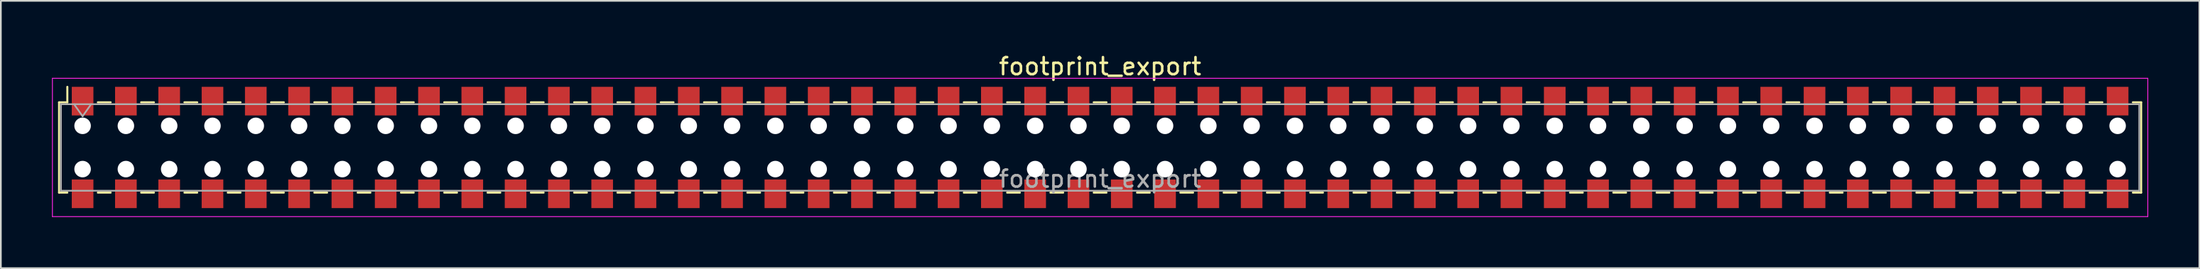
<source format=kicad_pcb>
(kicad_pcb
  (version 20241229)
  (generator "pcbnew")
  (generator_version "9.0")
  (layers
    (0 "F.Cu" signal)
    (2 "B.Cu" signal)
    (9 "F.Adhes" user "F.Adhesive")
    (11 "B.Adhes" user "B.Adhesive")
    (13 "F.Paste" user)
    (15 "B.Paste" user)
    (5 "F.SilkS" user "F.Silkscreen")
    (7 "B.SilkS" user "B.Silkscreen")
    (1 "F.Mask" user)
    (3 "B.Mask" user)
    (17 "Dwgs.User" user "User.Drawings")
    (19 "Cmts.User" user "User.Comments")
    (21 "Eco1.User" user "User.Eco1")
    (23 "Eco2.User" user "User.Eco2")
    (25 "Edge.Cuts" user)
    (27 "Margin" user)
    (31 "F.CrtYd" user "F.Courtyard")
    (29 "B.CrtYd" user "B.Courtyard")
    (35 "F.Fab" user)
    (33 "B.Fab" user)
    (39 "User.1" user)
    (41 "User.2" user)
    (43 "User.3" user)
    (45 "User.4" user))
  (footprint "footprint_export"
    (layer "F.Cu")
    (at 61.485 5.608)
    (property "Reference" "footprint_export" (at 0 -4.76 0) (layer "F.SilkS") (effects (font (size 1 1) (thickness 0.15))))
    (attr smd)
    (fp_line (start -61.07 -2.65) (end -61.07 2.65) (stroke (width 0.12) (type solid)) (layer "F.SilkS"))
    (fp_line (start -61.07 2.65) (end -60.585 2.65) (stroke (width 0.12) (type solid)) (layer "F.SilkS"))
    (fp_line (start -60.585 -3.56) (end -60.585 -2.65) (stroke (width 0.12) (type solid)) (layer "F.SilkS"))
    (fp_line (start -60.585 -2.65) (end -61.07 -2.65) (stroke (width 0.12) (type solid)) (layer "F.SilkS"))
    (fp_line (start -58.795 -2.65) (end -58.045 -2.65) (stroke (width 0.12) (type solid)) (layer "F.SilkS"))
    (fp_line (start -58.795 2.65) (end -58.045 2.65) (stroke (width 0.12) (type solid)) (layer "F.SilkS"))
    (fp_line (start -56.255 -2.65) (end -55.505 -2.65) (stroke (width 0.12) (type solid)) (layer "F.SilkS"))
    (fp_line (start -56.255 2.65) (end -55.505 2.65) (stroke (width 0.12) (type solid)) (layer "F.SilkS"))
    (fp_line (start -53.715 -2.65) (end -52.965 -2.65) (stroke (width 0.12) (type solid)) (layer "F.SilkS"))
    (fp_line (start -53.715 2.65) (end -52.965 2.65) (stroke (width 0.12) (type solid)) (layer "F.SilkS"))
    (fp_line (start -51.175 -2.65) (end -50.425 -2.65) (stroke (width 0.12) (type solid)) (layer "F.SilkS"))
    (fp_line (start -51.175 2.65) (end -50.425 2.65) (stroke (width 0.12) (type solid)) (layer "F.SilkS"))
    (fp_line (start -48.635 -2.65) (end -47.885 -2.65) (stroke (width 0.12) (type solid)) (layer "F.SilkS"))
    (fp_line (start -48.635 2.65) (end -47.885 2.65) (stroke (width 0.12) (type solid)) (layer "F.SilkS"))
    (fp_line (start -46.095 -2.65) (end -45.345 -2.65) (stroke (width 0.12) (type solid)) (layer "F.SilkS"))
    (fp_line (start -46.095 2.65) (end -45.345 2.65) (stroke (width 0.12) (type solid)) (layer "F.SilkS"))
    (fp_line (start -43.555 -2.65) (end -42.805 -2.65) (stroke (width 0.12) (type solid)) (layer "F.SilkS"))
    (fp_line (start -43.555 2.65) (end -42.805 2.65) (stroke (width 0.12) (type solid)) (layer "F.SilkS"))
    (fp_line (start -41.015 -2.65) (end -40.265 -2.65) (stroke (width 0.12) (type solid)) (layer "F.SilkS"))
    (fp_line (start -41.015 2.65) (end -40.265 2.65) (stroke (width 0.12) (type solid)) (layer "F.SilkS"))
    (fp_line (start -38.475 -2.65) (end -37.725 -2.65) (stroke (width 0.12) (type solid)) (layer "F.SilkS"))
    (fp_line (start -38.475 2.65) (end -37.725 2.65) (stroke (width 0.12) (type solid)) (layer "F.SilkS"))
    (fp_line (start -35.935 -2.65) (end -35.185 -2.65) (stroke (width 0.12) (type solid)) (layer "F.SilkS"))
    (fp_line (start -35.935 2.65) (end -35.185 2.65) (stroke (width 0.12) (type solid)) (layer "F.SilkS"))
    (fp_line (start -33.395 -2.65) (end -32.645 -2.65) (stroke (width 0.12) (type solid)) (layer "F.SilkS"))
    (fp_line (start -33.395 2.65) (end -32.645 2.65) (stroke (width 0.12) (type solid)) (layer "F.SilkS"))
    (fp_line (start -30.855 -2.65) (end -30.105 -2.65) (stroke (width 0.12) (type solid)) (layer "F.SilkS"))
    (fp_line (start -30.855 2.65) (end -30.105 2.65) (stroke (width 0.12) (type solid)) (layer "F.SilkS"))
    (fp_line (start -28.315 -2.65) (end -27.565 -2.65) (stroke (width 0.12) (type solid)) (layer "F.SilkS"))
    (fp_line (start -28.315 2.65) (end -27.565 2.65) (stroke (width 0.12) (type solid)) (layer "F.SilkS"))
    (fp_line (start -25.775 -2.65) (end -25.025 -2.65) (stroke (width 0.12) (type solid)) (layer "F.SilkS"))
    (fp_line (start -25.775 2.65) (end -25.025 2.65) (stroke (width 0.12) (type solid)) (layer "F.SilkS"))
    (fp_line (start -23.235 -2.65) (end -22.485 -2.65) (stroke (width 0.12) (type solid)) (layer "F.SilkS"))
    (fp_line (start -23.235 2.65) (end -22.485 2.65) (stroke (width 0.12) (type solid)) (layer "F.SilkS"))
    (fp_line (start -20.695 -2.65) (end -19.945 -2.65) (stroke (width 0.12) (type solid)) (layer "F.SilkS"))
    (fp_line (start -20.695 2.65) (end -19.945 2.65) (stroke (width 0.12) (type solid)) (layer "F.SilkS"))
    (fp_line (start -18.155 -2.65) (end -17.405 -2.65) (stroke (width 0.12) (type solid)) (layer "F.SilkS"))
    (fp_line (start -18.155 2.65) (end -17.405 2.65) (stroke (width 0.12) (type solid)) (layer "F.SilkS"))
    (fp_line (start -15.615 -2.65) (end -14.865 -2.65) (stroke (width 0.12) (type solid)) (layer "F.SilkS"))
    (fp_line (start -15.615 2.65) (end -14.865 2.65) (stroke (width 0.12) (type solid)) (layer "F.SilkS"))
    (fp_line (start -13.075 -2.65) (end -12.325 -2.65) (stroke (width 0.12) (type solid)) (layer "F.SilkS"))
    (fp_line (start -13.075 2.65) (end -12.325 2.65) (stroke (width 0.12) (type solid)) (layer "F.SilkS"))
    (fp_line (start -10.535 -2.65) (end -9.785 -2.65) (stroke (width 0.12) (type solid)) (layer "F.SilkS"))
    (fp_line (start -10.535 2.65) (end -9.785 2.65) (stroke (width 0.12) (type solid)) (layer "F.SilkS"))
    (fp_line (start -7.995 -2.65) (end -7.245 -2.65) (stroke (width 0.12) (type solid)) (layer "F.SilkS"))
    (fp_line (start -7.995 2.65) (end -7.245 2.65) (stroke (width 0.12) (type solid)) (layer "F.SilkS"))
    (fp_line (start -5.455 -2.65) (end -4.705 -2.65) (stroke (width 0.12) (type solid)) (layer "F.SilkS"))
    (fp_line (start -5.455 2.65) (end -4.705 2.65) (stroke (width 0.12) (type solid)) (layer "F.SilkS"))
    (fp_line (start -2.915 -2.65) (end -2.165 -2.65) (stroke (width 0.12) (type solid)) (layer "F.SilkS"))
    (fp_line (start -2.915 2.65) (end -2.165 2.65) (stroke (width 0.12) (type solid)) (layer "F.SilkS"))
    (fp_line (start -0.375 -2.65) (end 0.375 -2.65) (stroke (width 0.12) (type solid)) (layer "F.SilkS"))
    (fp_line (start -0.375 2.65) (end 0.375 2.65) (stroke (width 0.12) (type solid)) (layer "F.SilkS"))
    (fp_line (start 2.165 -2.65) (end 2.915 -2.65) (stroke (width 0.12) (type solid)) (layer "F.SilkS"))
    (fp_line (start 2.165 2.65) (end 2.915 2.65) (stroke (width 0.12) (type solid)) (layer "F.SilkS"))
    (fp_line (start 4.705 -2.65) (end 5.455 -2.65) (stroke (width 0.12) (type solid)) (layer "F.SilkS"))
    (fp_line (start 4.705 2.65) (end 5.455 2.65) (stroke (width 0.12) (type solid)) (layer "F.SilkS"))
    (fp_line (start 7.245 -2.65) (end 7.995 -2.65) (stroke (width 0.12) (type solid)) (layer "F.SilkS"))
    (fp_line (start 7.245 2.65) (end 7.995 2.65) (stroke (width 0.12) (type solid)) (layer "F.SilkS"))
    (fp_line (start 9.785 -2.65) (end 10.535 -2.65) (stroke (width 0.12) (type solid)) (layer "F.SilkS"))
    (fp_line (start 9.785 2.65) (end 10.535 2.65) (stroke (width 0.12) (type solid)) (layer "F.SilkS"))
    (fp_line (start 12.325 -2.65) (end 13.075 -2.65) (stroke (width 0.12) (type solid)) (layer "F.SilkS"))
    (fp_line (start 12.325 2.65) (end 13.075 2.65) (stroke (width 0.12) (type solid)) (layer "F.SilkS"))
    (fp_line (start 14.865 -2.65) (end 15.615 -2.65) (stroke (width 0.12) (type solid)) (layer "F.SilkS"))
    (fp_line (start 14.865 2.65) (end 15.615 2.65) (stroke (width 0.12) (type solid)) (layer "F.SilkS"))
    (fp_line (start 17.405 -2.65) (end 18.155 -2.65) (stroke (width 0.12) (type solid)) (layer "F.SilkS"))
    (fp_line (start 17.405 2.65) (end 18.155 2.65) (stroke (width 0.12) (type solid)) (layer "F.SilkS"))
    (fp_line (start 19.945 -2.65) (end 20.695 -2.65) (stroke (width 0.12) (type solid)) (layer "F.SilkS"))
    (fp_line (start 19.945 2.65) (end 20.695 2.65) (stroke (width 0.12) (type solid)) (layer "F.SilkS"))
    (fp_line (start 22.485 -2.65) (end 23.235 -2.65) (stroke (width 0.12) (type solid)) (layer "F.SilkS"))
    (fp_line (start 22.485 2.65) (end 23.235 2.65) (stroke (width 0.12) (type solid)) (layer "F.SilkS"))
    (fp_line (start 25.025 -2.65) (end 25.775 -2.65) (stroke (width 0.12) (type solid)) (layer "F.SilkS"))
    (fp_line (start 25.025 2.65) (end 25.775 2.65) (stroke (width 0.12) (type solid)) (layer "F.SilkS"))
    (fp_line (start 27.565 -2.65) (end 28.315 -2.65) (stroke (width 0.12) (type solid)) (layer "F.SilkS"))
    (fp_line (start 27.565 2.65) (end 28.315 2.65) (stroke (width 0.12) (type solid)) (layer "F.SilkS"))
    (fp_line (start 30.105 -2.65) (end 30.855 -2.65) (stroke (width 0.12) (type solid)) (layer "F.SilkS"))
    (fp_line (start 30.105 2.65) (end 30.855 2.65) (stroke (width 0.12) (type solid)) (layer "F.SilkS"))
    (fp_line (start 32.645 -2.65) (end 33.395 -2.65) (stroke (width 0.12) (type solid)) (layer "F.SilkS"))
    (fp_line (start 32.645 2.65) (end 33.395 2.65) (stroke (width 0.12) (type solid)) (layer "F.SilkS"))
    (fp_line (start 35.185 -2.65) (end 35.935 -2.65) (stroke (width 0.12) (type solid)) (layer "F.SilkS"))
    (fp_line (start 35.185 2.65) (end 35.935 2.65) (stroke (width 0.12) (type solid)) (layer "F.SilkS"))
    (fp_line (start 37.725 -2.65) (end 38.475 -2.65) (stroke (width 0.12) (type solid)) (layer "F.SilkS"))
    (fp_line (start 37.725 2.65) (end 38.475 2.65) (stroke (width 0.12) (type solid)) (layer "F.SilkS"))
    (fp_line (start 40.265 -2.65) (end 41.015 -2.65) (stroke (width 0.12) (type solid)) (layer "F.SilkS"))
    (fp_line (start 40.265 2.65) (end 41.015 2.65) (stroke (width 0.12) (type solid)) (layer "F.SilkS"))
    (fp_line (start 42.805 -2.65) (end 43.555 -2.65) (stroke (width 0.12) (type solid)) (layer "F.SilkS"))
    (fp_line (start 42.805 2.65) (end 43.555 2.65) (stroke (width 0.12) (type solid)) (layer "F.SilkS"))
    (fp_line (start 45.345 -2.65) (end 46.095 -2.65) (stroke (width 0.12) (type solid)) (layer "F.SilkS"))
    (fp_line (start 45.345 2.65) (end 46.095 2.65) (stroke (width 0.12) (type solid)) (layer "F.SilkS"))
    (fp_line (start 47.885 -2.65) (end 48.635 -2.65) (stroke (width 0.12) (type solid)) (layer "F.SilkS"))
    (fp_line (start 47.885 2.65) (end 48.635 2.65) (stroke (width 0.12) (type solid)) (layer "F.SilkS"))
    (fp_line (start 50.425 -2.65) (end 51.175 -2.65) (stroke (width 0.12) (type solid)) (layer "F.SilkS"))
    (fp_line (start 50.425 2.65) (end 51.175 2.65) (stroke (width 0.12) (type solid)) (layer "F.SilkS"))
    (fp_line (start 52.965 -2.65) (end 53.715 -2.65) (stroke (width 0.12) (type solid)) (layer "F.SilkS"))
    (fp_line (start 52.965 2.65) (end 53.715 2.65) (stroke (width 0.12) (type solid)) (layer "F.SilkS"))
    (fp_line (start 55.505 -2.65) (end 56.255 -2.65) (stroke (width 0.12) (type solid)) (layer "F.SilkS"))
    (fp_line (start 55.505 2.65) (end 56.255 2.65) (stroke (width 0.12) (type solid)) (layer "F.SilkS"))
    (fp_line (start 58.045 -2.65) (end 58.795 -2.65) (stroke (width 0.12) (type solid)) (layer "F.SilkS"))
    (fp_line (start 58.045 2.65) (end 58.795 2.65) (stroke (width 0.12) (type solid)) (layer "F.SilkS"))
    (fp_line (start 60.585 -2.65) (end 61.07 -2.65) (stroke (width 0.12) (type solid)) (layer "F.SilkS"))
    (fp_line (start 61.07 -2.65) (end 61.07 2.65) (stroke (width 0.12) (type solid)) (layer "F.SilkS"))
    (fp_line (start 61.07 2.65) (end 60.585 2.65) (stroke (width 0.12) (type solid)) (layer "F.SilkS"))
    (fp_line (start -61.46 -4.06) (end 61.46 -4.06) (stroke (width 0.05) (type solid)) (layer "F.CrtYd"))
    (fp_line (start -61.46 4.06) (end -61.46 -4.06) (stroke (width 0.05) (type solid)) (layer "F.CrtYd"))
    (fp_line (start 61.46 -4.06) (end 61.46 4.06) (stroke (width 0.05) (type solid)) (layer "F.CrtYd"))
    (fp_line (start 61.46 4.06) (end -61.46 4.06) (stroke (width 0.05) (type solid)) (layer "F.CrtYd"))
    (fp_line (start -60.96 -2.54) (end 60.96 -2.54) (stroke (width 0.1) (type solid)) (layer "F.Fab"))
    (fp_line (start -60.96 2.54) (end -60.96 -2.54) (stroke (width 0.1) (type solid)) (layer "F.Fab"))
    (fp_line (start -60.19 -2.54) (end -59.69 -1.833) (stroke (width 0.1) (type solid)) (layer "F.Fab"))
    (fp_line (start -59.69 -1.833) (end -59.19 -2.54) (stroke (width 0.1) (type solid)) (layer "F.Fab"))
    (fp_line (start 60.96 -2.54) (end 60.96 2.54) (stroke (width 0.1) (type solid)) (layer "F.Fab"))
    (fp_line (start 60.96 2.54) (end -60.96 2.54) (stroke (width 0.1) (type solid)) (layer "F.Fab"))
    (fp_text user "${REFERENCE}" (at 0 1.84 0) (layer "F.Fab") (effects (font (size 1 1) (thickness 0.15))))
    (pad "" np_thru_hole circle (at -59.69 -1.27) (size 0.97 0.97) (drill 0.97) (layers "*.Cu" "*.Mask"))
    (pad "" np_thru_hole circle (at -59.69 1.27) (size 0.97 0.97) (drill 0.97) (layers "*.Cu" "*.Mask"))
    (pad "" np_thru_hole circle (at -57.15 -1.27) (size 0.97 0.97) (drill 0.97) (layers "*.Cu" "*.Mask"))
    (pad "" np_thru_hole circle (at -57.15 1.27) (size 0.97 0.97) (drill 0.97) (layers "*.Cu" "*.Mask"))
    (pad "" np_thru_hole circle (at -54.61 -1.27) (size 0.97 0.97) (drill 0.97) (layers "*.Cu" "*.Mask"))
    (pad "" np_thru_hole circle (at -54.61 1.27) (size 0.97 0.97) (drill 0.97) (layers "*.Cu" "*.Mask"))
    (pad "" np_thru_hole circle (at -52.07 -1.27) (size 0.97 0.97) (drill 0.97) (layers "*.Cu" "*.Mask"))
    (pad "" np_thru_hole circle (at -52.07 1.27) (size 0.97 0.97) (drill 0.97) (layers "*.Cu" "*.Mask"))
    (pad "" np_thru_hole circle (at -49.53 -1.27) (size 0.97 0.97) (drill 0.97) (layers "*.Cu" "*.Mask"))
    (pad "" np_thru_hole circle (at -49.53 1.27) (size 0.97 0.97) (drill 0.97) (layers "*.Cu" "*.Mask"))
    (pad "" np_thru_hole circle (at -46.99 -1.27) (size 0.97 0.97) (drill 0.97) (layers "*.Cu" "*.Mask"))
    (pad "" np_thru_hole circle (at -46.99 1.27) (size 0.97 0.97) (drill 0.97) (layers "*.Cu" "*.Mask"))
    (pad "" np_thru_hole circle (at -44.45 -1.27) (size 0.97 0.97) (drill 0.97) (layers "*.Cu" "*.Mask"))
    (pad "" np_thru_hole circle (at -44.45 1.27) (size 0.97 0.97) (drill 0.97) (layers "*.Cu" "*.Mask"))
    (pad "" np_thru_hole circle (at -41.91 -1.27) (size 0.97 0.97) (drill 0.97) (layers "*.Cu" "*.Mask"))
    (pad "" np_thru_hole circle (at -41.91 1.27) (size 0.97 0.97) (drill 0.97) (layers "*.Cu" "*.Mask"))
    (pad "" np_thru_hole circle (at -39.37 -1.27) (size 0.97 0.97) (drill 0.97) (layers "*.Cu" "*.Mask"))
    (pad "" np_thru_hole circle (at -39.37 1.27) (size 0.97 0.97) (drill 0.97) (layers "*.Cu" "*.Mask"))
    (pad "" np_thru_hole circle (at -36.83 -1.27) (size 0.97 0.97) (drill 0.97) (layers "*.Cu" "*.Mask"))
    (pad "" np_thru_hole circle (at -36.83 1.27) (size 0.97 0.97) (drill 0.97) (layers "*.Cu" "*.Mask"))
    (pad "" np_thru_hole circle (at -34.29 -1.27) (size 0.97 0.97) (drill 0.97) (layers "*.Cu" "*.Mask"))
    (pad "" np_thru_hole circle (at -34.29 1.27) (size 0.97 0.97) (drill 0.97) (layers "*.Cu" "*.Mask"))
    (pad "" np_thru_hole circle (at -31.75 -1.27) (size 0.97 0.97) (drill 0.97) (layers "*.Cu" "*.Mask"))
    (pad "" np_thru_hole circle (at -31.75 1.27) (size 0.97 0.97) (drill 0.97) (layers "*.Cu" "*.Mask"))
    (pad "" np_thru_hole circle (at -29.21 -1.27) (size 0.97 0.97) (drill 0.97) (layers "*.Cu" "*.Mask"))
    (pad "" np_thru_hole circle (at -29.21 1.27) (size 0.97 0.97) (drill 0.97) (layers "*.Cu" "*.Mask"))
    (pad "" np_thru_hole circle (at -26.67 -1.27) (size 0.97 0.97) (drill 0.97) (layers "*.Cu" "*.Mask"))
    (pad "" np_thru_hole circle (at -26.67 1.27) (size 0.97 0.97) (drill 0.97) (layers "*.Cu" "*.Mask"))
    (pad "" np_thru_hole circle (at -24.13 -1.27) (size 0.97 0.97) (drill 0.97) (layers "*.Cu" "*.Mask"))
    (pad "" np_thru_hole circle (at -24.13 1.27) (size 0.97 0.97) (drill 0.97) (layers "*.Cu" "*.Mask"))
    (pad "" np_thru_hole circle (at -21.59 -1.27) (size 0.97 0.97) (drill 0.97) (layers "*.Cu" "*.Mask"))
    (pad "" np_thru_hole circle (at -21.59 1.27) (size 0.97 0.97) (drill 0.97) (layers "*.Cu" "*.Mask"))
    (pad "" np_thru_hole circle (at -19.05 -1.27) (size 0.97 0.97) (drill 0.97) (layers "*.Cu" "*.Mask"))
    (pad "" np_thru_hole circle (at -19.05 1.27) (size 0.97 0.97) (drill 0.97) (layers "*.Cu" "*.Mask"))
    (pad "" np_thru_hole circle (at -16.51 -1.27) (size 0.97 0.97) (drill 0.97) (layers "*.Cu" "*.Mask"))
    (pad "" np_thru_hole circle (at -16.51 1.27) (size 0.97 0.97) (drill 0.97) (layers "*.Cu" "*.Mask"))
    (pad "" np_thru_hole circle (at -13.97 -1.27) (size 0.97 0.97) (drill 0.97) (layers "*.Cu" "*.Mask"))
    (pad "" np_thru_hole circle (at -13.97 1.27) (size 0.97 0.97) (drill 0.97) (layers "*.Cu" "*.Mask"))
    (pad "" np_thru_hole circle (at -11.43 -1.27) (size 0.97 0.97) (drill 0.97) (layers "*.Cu" "*.Mask"))
    (pad "" np_thru_hole circle (at -11.43 1.27) (size 0.97 0.97) (drill 0.97) (layers "*.Cu" "*.Mask"))
    (pad "" np_thru_hole circle (at -8.89 -1.27) (size 0.97 0.97) (drill 0.97) (layers "*.Cu" "*.Mask"))
    (pad "" np_thru_hole circle (at -8.89 1.27) (size 0.97 0.97) (drill 0.97) (layers "*.Cu" "*.Mask"))
    (pad "" np_thru_hole circle (at -6.35 -1.27) (size 0.97 0.97) (drill 0.97) (layers "*.Cu" "*.Mask"))
    (pad "" np_thru_hole circle (at -6.35 1.27) (size 0.97 0.97) (drill 0.97) (layers "*.Cu" "*.Mask"))
    (pad "" np_thru_hole circle (at -3.81 -1.27) (size 0.97 0.97) (drill 0.97) (layers "*.Cu" "*.Mask"))
    (pad "" np_thru_hole circle (at -3.81 1.27) (size 0.97 0.97) (drill 0.97) (layers "*.Cu" "*.Mask"))
    (pad "" np_thru_hole circle (at -1.27 -1.27) (size 0.97 0.97) (drill 0.97) (layers "*.Cu" "*.Mask"))
    (pad "" np_thru_hole circle (at -1.27 1.27) (size 0.97 0.97) (drill 0.97) (layers "*.Cu" "*.Mask"))
    (pad "" np_thru_hole circle (at 1.27 -1.27) (size 0.97 0.97) (drill 0.97) (layers "*.Cu" "*.Mask"))
    (pad "" np_thru_hole circle (at 1.27 1.27) (size 0.97 0.97) (drill 0.97) (layers "*.Cu" "*.Mask"))
    (pad "" np_thru_hole circle (at 3.81 -1.27) (size 0.97 0.97) (drill 0.97) (layers "*.Cu" "*.Mask"))
    (pad "" np_thru_hole circle (at 3.81 1.27) (size 0.97 0.97) (drill 0.97) (layers "*.Cu" "*.Mask"))
    (pad "" np_thru_hole circle (at 6.35 -1.27) (size 0.97 0.97) (drill 0.97) (layers "*.Cu" "*.Mask"))
    (pad "" np_thru_hole circle (at 6.35 1.27) (size 0.97 0.97) (drill 0.97) (layers "*.Cu" "*.Mask"))
    (pad "" np_thru_hole circle (at 8.89 -1.27) (size 0.97 0.97) (drill 0.97) (layers "*.Cu" "*.Mask"))
    (pad "" np_thru_hole circle (at 8.89 1.27) (size 0.97 0.97) (drill 0.97) (layers "*.Cu" "*.Mask"))
    (pad "" np_thru_hole circle (at 11.43 -1.27) (size 0.97 0.97) (drill 0.97) (layers "*.Cu" "*.Mask"))
    (pad "" np_thru_hole circle (at 11.43 1.27) (size 0.97 0.97) (drill 0.97) (layers "*.Cu" "*.Mask"))
    (pad "" np_thru_hole circle (at 13.97 -1.27) (size 0.97 0.97) (drill 0.97) (layers "*.Cu" "*.Mask"))
    (pad "" np_thru_hole circle (at 13.97 1.27) (size 0.97 0.97) (drill 0.97) (layers "*.Cu" "*.Mask"))
    (pad "" np_thru_hole circle (at 16.51 -1.27) (size 0.97 0.97) (drill 0.97) (layers "*.Cu" "*.Mask"))
    (pad "" np_thru_hole circle (at 16.51 1.27) (size 0.97 0.97) (drill 0.97) (layers "*.Cu" "*.Mask"))
    (pad "" np_thru_hole circle (at 19.05 -1.27) (size 0.97 0.97) (drill 0.97) (layers "*.Cu" "*.Mask"))
    (pad "" np_thru_hole circle (at 19.05 1.27) (size 0.97 0.97) (drill 0.97) (layers "*.Cu" "*.Mask"))
    (pad "" np_thru_hole circle (at 21.59 -1.27) (size 0.97 0.97) (drill 0.97) (layers "*.Cu" "*.Mask"))
    (pad "" np_thru_hole circle (at 21.59 1.27) (size 0.97 0.97) (drill 0.97) (layers "*.Cu" "*.Mask"))
    (pad "" np_thru_hole circle (at 24.13 -1.27) (size 0.97 0.97) (drill 0.97) (layers "*.Cu" "*.Mask"))
    (pad "" np_thru_hole circle (at 24.13 1.27) (size 0.97 0.97) (drill 0.97) (layers "*.Cu" "*.Mask"))
    (pad "" np_thru_hole circle (at 26.67 -1.27) (size 0.97 0.97) (drill 0.97) (layers "*.Cu" "*.Mask"))
    (pad "" np_thru_hole circle (at 26.67 1.27) (size 0.97 0.97) (drill 0.97) (layers "*.Cu" "*.Mask"))
    (pad "" np_thru_hole circle (at 29.21 -1.27) (size 0.97 0.97) (drill 0.97) (layers "*.Cu" "*.Mask"))
    (pad "" np_thru_hole circle (at 29.21 1.27) (size 0.97 0.97) (drill 0.97) (layers "*.Cu" "*.Mask"))
    (pad "" np_thru_hole circle (at 31.75 -1.27) (size 0.97 0.97) (drill 0.97) (layers "*.Cu" "*.Mask"))
    (pad "" np_thru_hole circle (at 31.75 1.27) (size 0.97 0.97) (drill 0.97) (layers "*.Cu" "*.Mask"))
    (pad "" np_thru_hole circle (at 34.29 -1.27) (size 0.97 0.97) (drill 0.97) (layers "*.Cu" "*.Mask"))
    (pad "" np_thru_hole circle (at 34.29 1.27) (size 0.97 0.97) (drill 0.97) (layers "*.Cu" "*.Mask"))
    (pad "" np_thru_hole circle (at 36.83 -1.27) (size 0.97 0.97) (drill 0.97) (layers "*.Cu" "*.Mask"))
    (pad "" np_thru_hole circle (at 36.83 1.27) (size 0.97 0.97) (drill 0.97) (layers "*.Cu" "*.Mask"))
    (pad "" np_thru_hole circle (at 39.37 -1.27) (size 0.97 0.97) (drill 0.97) (layers "*.Cu" "*.Mask"))
    (pad "" np_thru_hole circle (at 39.37 1.27) (size 0.97 0.97) (drill 0.97) (layers "*.Cu" "*.Mask"))
    (pad "" np_thru_hole circle (at 41.91 -1.27) (size 0.97 0.97) (drill 0.97) (layers "*.Cu" "*.Mask"))
    (pad "" np_thru_hole circle (at 41.91 1.27) (size 0.97 0.97) (drill 0.97) (layers "*.Cu" "*.Mask"))
    (pad "" np_thru_hole circle (at 44.45 -1.27) (size 0.97 0.97) (drill 0.97) (layers "*.Cu" "*.Mask"))
    (pad "" np_thru_hole circle (at 44.45 1.27) (size 0.97 0.97) (drill 0.97) (layers "*.Cu" "*.Mask"))
    (pad "" np_thru_hole circle (at 46.99 -1.27) (size 0.97 0.97) (drill 0.97) (layers "*.Cu" "*.Mask"))
    (pad "" np_thru_hole circle (at 46.99 1.27) (size 0.97 0.97) (drill 0.97) (layers "*.Cu" "*.Mask"))
    (pad "" np_thru_hole circle (at 49.53 -1.27) (size 0.97 0.97) (drill 0.97) (layers "*.Cu" "*.Mask"))
    (pad "" np_thru_hole circle (at 49.53 1.27) (size 0.97 0.97) (drill 0.97) (layers "*.Cu" "*.Mask"))
    (pad "" np_thru_hole circle (at 52.07 -1.27) (size 0.97 0.97) (drill 0.97) (layers "*.Cu" "*.Mask"))
    (pad "" np_thru_hole circle (at 52.07 1.27) (size 0.97 0.97) (drill 0.97) (layers "*.Cu" "*.Mask"))
    (pad "" np_thru_hole circle (at 54.61 -1.27) (size 0.97 0.97) (drill 0.97) (layers "*.Cu" "*.Mask"))
    (pad "" np_thru_hole circle (at 54.61 1.27) (size 0.97 0.97) (drill 0.97) (layers "*.Cu" "*.Mask"))
    (pad "" np_thru_hole circle (at 57.15 -1.27) (size 0.97 0.97) (drill 0.97) (layers "*.Cu" "*.Mask"))
    (pad "" np_thru_hole circle (at 57.15 1.27) (size 0.97 0.97) (drill 0.97) (layers "*.Cu" "*.Mask"))
    (pad "" np_thru_hole circle (at 59.69 -1.27) (size 0.97 0.97) (drill 0.97) (layers "*.Cu" "*.Mask"))
    (pad "" np_thru_hole circle (at 59.69 1.27) (size 0.97 0.97) (drill 0.97) (layers "*.Cu" "*.Mask"))
    (pad "1" smd rect (at -59.69 -2.72) (size 1.27 1.68) (layers "F.Cu" "F.Mask" "F.Paste"))
    (pad "2" smd rect (at -59.69 2.72) (size 1.27 1.68) (layers "F.Cu" "F.Mask" "F.Paste"))
    (pad "3" smd rect (at -57.15 -2.72) (size 1.27 1.68) (layers "F.Cu" "F.Mask" "F.Paste"))
    (pad "4" smd rect (at -57.15 2.72) (size 1.27 1.68) (layers "F.Cu" "F.Mask" "F.Paste"))
    (pad "5" smd rect (at -54.61 -2.72) (size 1.27 1.68) (layers "F.Cu" "F.Mask" "F.Paste"))
    (pad "6" smd rect (at -54.61 2.72) (size 1.27 1.68) (layers "F.Cu" "F.Mask" "F.Paste"))
    (pad "7" smd rect (at -52.07 -2.72) (size 1.27 1.68) (layers "F.Cu" "F.Mask" "F.Paste"))
    (pad "8" smd rect (at -52.07 2.72) (size 1.27 1.68) (layers "F.Cu" "F.Mask" "F.Paste"))
    (pad "9" smd rect (at -49.53 -2.72) (size 1.27 1.68) (layers "F.Cu" "F.Mask" "F.Paste"))
    (pad "10" smd rect (at -49.53 2.72) (size 1.27 1.68) (layers "F.Cu" "F.Mask" "F.Paste"))
    (pad "11" smd rect (at -46.99 -2.72) (size 1.27 1.68) (layers "F.Cu" "F.Mask" "F.Paste"))
    (pad "12" smd rect (at -46.99 2.72) (size 1.27 1.68) (layers "F.Cu" "F.Mask" "F.Paste"))
    (pad "13" smd rect (at -44.45 -2.72) (size 1.27 1.68) (layers "F.Cu" "F.Mask" "F.Paste"))
    (pad "14" smd rect (at -44.45 2.72) (size 1.27 1.68) (layers "F.Cu" "F.Mask" "F.Paste"))
    (pad "15" smd rect (at -41.91 -2.72) (size 1.27 1.68) (layers "F.Cu" "F.Mask" "F.Paste"))
    (pad "16" smd rect (at -41.91 2.72) (size 1.27 1.68) (layers "F.Cu" "F.Mask" "F.Paste"))
    (pad "17" smd rect (at -39.37 -2.72) (size 1.27 1.68) (layers "F.Cu" "F.Mask" "F.Paste"))
    (pad "18" smd rect (at -39.37 2.72) (size 1.27 1.68) (layers "F.Cu" "F.Mask" "F.Paste"))
    (pad "19" smd rect (at -36.83 -2.72) (size 1.27 1.68) (layers "F.Cu" "F.Mask" "F.Paste"))
    (pad "20" smd rect (at -36.83 2.72) (size 1.27 1.68) (layers "F.Cu" "F.Mask" "F.Paste"))
    (pad "21" smd rect (at -34.29 -2.72) (size 1.27 1.68) (layers "F.Cu" "F.Mask" "F.Paste"))
    (pad "22" smd rect (at -34.29 2.72) (size 1.27 1.68) (layers "F.Cu" "F.Mask" "F.Paste"))
    (pad "23" smd rect (at -31.75 -2.72) (size 1.27 1.68) (layers "F.Cu" "F.Mask" "F.Paste"))
    (pad "24" smd rect (at -31.75 2.72) (size 1.27 1.68) (layers "F.Cu" "F.Mask" "F.Paste"))
    (pad "25" smd rect (at -29.21 -2.72) (size 1.27 1.68) (layers "F.Cu" "F.Mask" "F.Paste"))
    (pad "26" smd rect (at -29.21 2.72) (size 1.27 1.68) (layers "F.Cu" "F.Mask" "F.Paste"))
    (pad "27" smd rect (at -26.67 -2.72) (size 1.27 1.68) (layers "F.Cu" "F.Mask" "F.Paste"))
    (pad "28" smd rect (at -26.67 2.72) (size 1.27 1.68) (layers "F.Cu" "F.Mask" "F.Paste"))
    (pad "29" smd rect (at -24.13 -2.72) (size 1.27 1.68) (layers "F.Cu" "F.Mask" "F.Paste"))
    (pad "30" smd rect (at -24.13 2.72) (size 1.27 1.68) (layers "F.Cu" "F.Mask" "F.Paste"))
    (pad "31" smd rect (at -21.59 -2.72) (size 1.27 1.68) (layers "F.Cu" "F.Mask" "F.Paste"))
    (pad "32" smd rect (at -21.59 2.72) (size 1.27 1.68) (layers "F.Cu" "F.Mask" "F.Paste"))
    (pad "33" smd rect (at -19.05 -2.72) (size 1.27 1.68) (layers "F.Cu" "F.Mask" "F.Paste"))
    (pad "34" smd rect (at -19.05 2.72) (size 1.27 1.68) (layers "F.Cu" "F.Mask" "F.Paste"))
    (pad "35" smd rect (at -16.51 -2.72) (size 1.27 1.68) (layers "F.Cu" "F.Mask" "F.Paste"))
    (pad "36" smd rect (at -16.51 2.72) (size 1.27 1.68) (layers "F.Cu" "F.Mask" "F.Paste"))
    (pad "37" smd rect (at -13.97 -2.72) (size 1.27 1.68) (layers "F.Cu" "F.Mask" "F.Paste"))
    (pad "38" smd rect (at -13.97 2.72) (size 1.27 1.68) (layers "F.Cu" "F.Mask" "F.Paste"))
    (pad "39" smd rect (at -11.43 -2.72) (size 1.27 1.68) (layers "F.Cu" "F.Mask" "F.Paste"))
    (pad "40" smd rect (at -11.43 2.72) (size 1.27 1.68) (layers "F.Cu" "F.Mask" "F.Paste"))
    (pad "41" smd rect (at -8.89 -2.72) (size 1.27 1.68) (layers "F.Cu" "F.Mask" "F.Paste"))
    (pad "42" smd rect (at -8.89 2.72) (size 1.27 1.68) (layers "F.Cu" "F.Mask" "F.Paste"))
    (pad "43" smd rect (at -6.35 -2.72) (size 1.27 1.68) (layers "F.Cu" "F.Mask" "F.Paste"))
    (pad "44" smd rect (at -6.35 2.72) (size 1.27 1.68) (layers "F.Cu" "F.Mask" "F.Paste"))
    (pad "45" smd rect (at -3.81 -2.72) (size 1.27 1.68) (layers "F.Cu" "F.Mask" "F.Paste"))
    (pad "46" smd rect (at -3.81 2.72) (size 1.27 1.68) (layers "F.Cu" "F.Mask" "F.Paste"))
    (pad "47" smd rect (at -1.27 -2.72) (size 1.27 1.68) (layers "F.Cu" "F.Mask" "F.Paste"))
    (pad "48" smd rect (at -1.27 2.72) (size 1.27 1.68) (layers "F.Cu" "F.Mask" "F.Paste"))
    (pad "49" smd rect (at 1.27 -2.72) (size 1.27 1.68) (layers "F.Cu" "F.Mask" "F.Paste"))
    (pad "50" smd rect (at 1.27 2.72) (size 1.27 1.68) (layers "F.Cu" "F.Mask" "F.Paste"))
    (pad "51" smd rect (at 3.81 -2.72) (size 1.27 1.68) (layers "F.Cu" "F.Mask" "F.Paste"))
    (pad "52" smd rect (at 3.81 2.72) (size 1.27 1.68) (layers "F.Cu" "F.Mask" "F.Paste"))
    (pad "53" smd rect (at 6.35 -2.72) (size 1.27 1.68) (layers "F.Cu" "F.Mask" "F.Paste"))
    (pad "54" smd rect (at 6.35 2.72) (size 1.27 1.68) (layers "F.Cu" "F.Mask" "F.Paste"))
    (pad "55" smd rect (at 8.89 -2.72) (size 1.27 1.68) (layers "F.Cu" "F.Mask" "F.Paste"))
    (pad "56" smd rect (at 8.89 2.72) (size 1.27 1.68) (layers "F.Cu" "F.Mask" "F.Paste"))
    (pad "57" smd rect (at 11.43 -2.72) (size 1.27 1.68) (layers "F.Cu" "F.Mask" "F.Paste"))
    (pad "58" smd rect (at 11.43 2.72) (size 1.27 1.68) (layers "F.Cu" "F.Mask" "F.Paste"))
    (pad "59" smd rect (at 13.97 -2.72) (size 1.27 1.68) (layers "F.Cu" "F.Mask" "F.Paste"))
    (pad "60" smd rect (at 13.97 2.72) (size 1.27 1.68) (layers "F.Cu" "F.Mask" "F.Paste"))
    (pad "61" smd rect (at 16.51 -2.72) (size 1.27 1.68) (layers "F.Cu" "F.Mask" "F.Paste"))
    (pad "62" smd rect (at 16.51 2.72) (size 1.27 1.68) (layers "F.Cu" "F.Mask" "F.Paste"))
    (pad "63" smd rect (at 19.05 -2.72) (size 1.27 1.68) (layers "F.Cu" "F.Mask" "F.Paste"))
    (pad "64" smd rect (at 19.05 2.72) (size 1.27 1.68) (layers "F.Cu" "F.Mask" "F.Paste"))
    (pad "65" smd rect (at 21.59 -2.72) (size 1.27 1.68) (layers "F.Cu" "F.Mask" "F.Paste"))
    (pad "66" smd rect (at 21.59 2.72) (size 1.27 1.68) (layers "F.Cu" "F.Mask" "F.Paste"))
    (pad "67" smd rect (at 24.13 -2.72) (size 1.27 1.68) (layers "F.Cu" "F.Mask" "F.Paste"))
    (pad "68" smd rect (at 24.13 2.72) (size 1.27 1.68) (layers "F.Cu" "F.Mask" "F.Paste"))
    (pad "69" smd rect (at 26.67 -2.72) (size 1.27 1.68) (layers "F.Cu" "F.Mask" "F.Paste"))
    (pad "70" smd rect (at 26.67 2.72) (size 1.27 1.68) (layers "F.Cu" "F.Mask" "F.Paste"))
    (pad "71" smd rect (at 29.21 -2.72) (size 1.27 1.68) (layers "F.Cu" "F.Mask" "F.Paste"))
    (pad "72" smd rect (at 29.21 2.72) (size 1.27 1.68) (layers "F.Cu" "F.Mask" "F.Paste"))
    (pad "73" smd rect (at 31.75 -2.72) (size 1.27 1.68) (layers "F.Cu" "F.Mask" "F.Paste"))
    (pad "74" smd rect (at 31.75 2.72) (size 1.27 1.68) (layers "F.Cu" "F.Mask" "F.Paste"))
    (pad "75" smd rect (at 34.29 -2.72) (size 1.27 1.68) (layers "F.Cu" "F.Mask" "F.Paste"))
    (pad "76" smd rect (at 34.29 2.72) (size 1.27 1.68) (layers "F.Cu" "F.Mask" "F.Paste"))
    (pad "77" smd rect (at 36.83 -2.72) (size 1.27 1.68) (layers "F.Cu" "F.Mask" "F.Paste"))
    (pad "78" smd rect (at 36.83 2.72) (size 1.27 1.68) (layers "F.Cu" "F.Mask" "F.Paste"))
    (pad "79" smd rect (at 39.37 -2.72) (size 1.27 1.68) (layers "F.Cu" "F.Mask" "F.Paste"))
    (pad "80" smd rect (at 39.37 2.72) (size 1.27 1.68) (layers "F.Cu" "F.Mask" "F.Paste"))
    (pad "81" smd rect (at 41.91 -2.72) (size 1.27 1.68) (layers "F.Cu" "F.Mask" "F.Paste"))
    (pad "82" smd rect (at 41.91 2.72) (size 1.27 1.68) (layers "F.Cu" "F.Mask" "F.Paste"))
    (pad "83" smd rect (at 44.45 -2.72) (size 1.27 1.68) (layers "F.Cu" "F.Mask" "F.Paste"))
    (pad "84" smd rect (at 44.45 2.72) (size 1.27 1.68) (layers "F.Cu" "F.Mask" "F.Paste"))
    (pad "85" smd rect (at 46.99 -2.72) (size 1.27 1.68) (layers "F.Cu" "F.Mask" "F.Paste"))
    (pad "86" smd rect (at 46.99 2.72) (size 1.27 1.68) (layers "F.Cu" "F.Mask" "F.Paste"))
    (pad "87" smd rect (at 49.53 -2.72) (size 1.27 1.68) (layers "F.Cu" "F.Mask" "F.Paste"))
    (pad "88" smd rect (at 49.53 2.72) (size 1.27 1.68) (layers "F.Cu" "F.Mask" "F.Paste"))
    (pad "89" smd rect (at 52.07 -2.72) (size 1.27 1.68) (layers "F.Cu" "F.Mask" "F.Paste"))
    (pad "90" smd rect (at 52.07 2.72) (size 1.27 1.68) (layers "F.Cu" "F.Mask" "F.Paste"))
    (pad "91" smd rect (at 54.61 -2.72) (size 1.27 1.68) (layers "F.Cu" "F.Mask" "F.Paste"))
    (pad "92" smd rect (at 54.61 2.72) (size 1.27 1.68) (layers "F.Cu" "F.Mask" "F.Paste"))
    (pad "93" smd rect (at 57.15 -2.72) (size 1.27 1.68) (layers "F.Cu" "F.Mask" "F.Paste"))
    (pad "94" smd rect (at 57.15 2.72) (size 1.27 1.68) (layers "F.Cu" "F.Mask" "F.Paste"))
    (pad "95" smd rect (at 59.69 -2.72) (size 1.27 1.68) (layers "F.Cu" "F.Mask" "F.Paste"))
    (pad "96" smd rect (at 59.69 2.72) (size 1.27 1.68) (layers "F.Cu" "F.Mask" "F.Paste")))
  (gr_rect
    (start -3 -3)
    (end 125.97 12.693)
    (stroke (width 0.1) (type default))
    (fill no)
    (layer "Edge.Cuts")))
</source>
